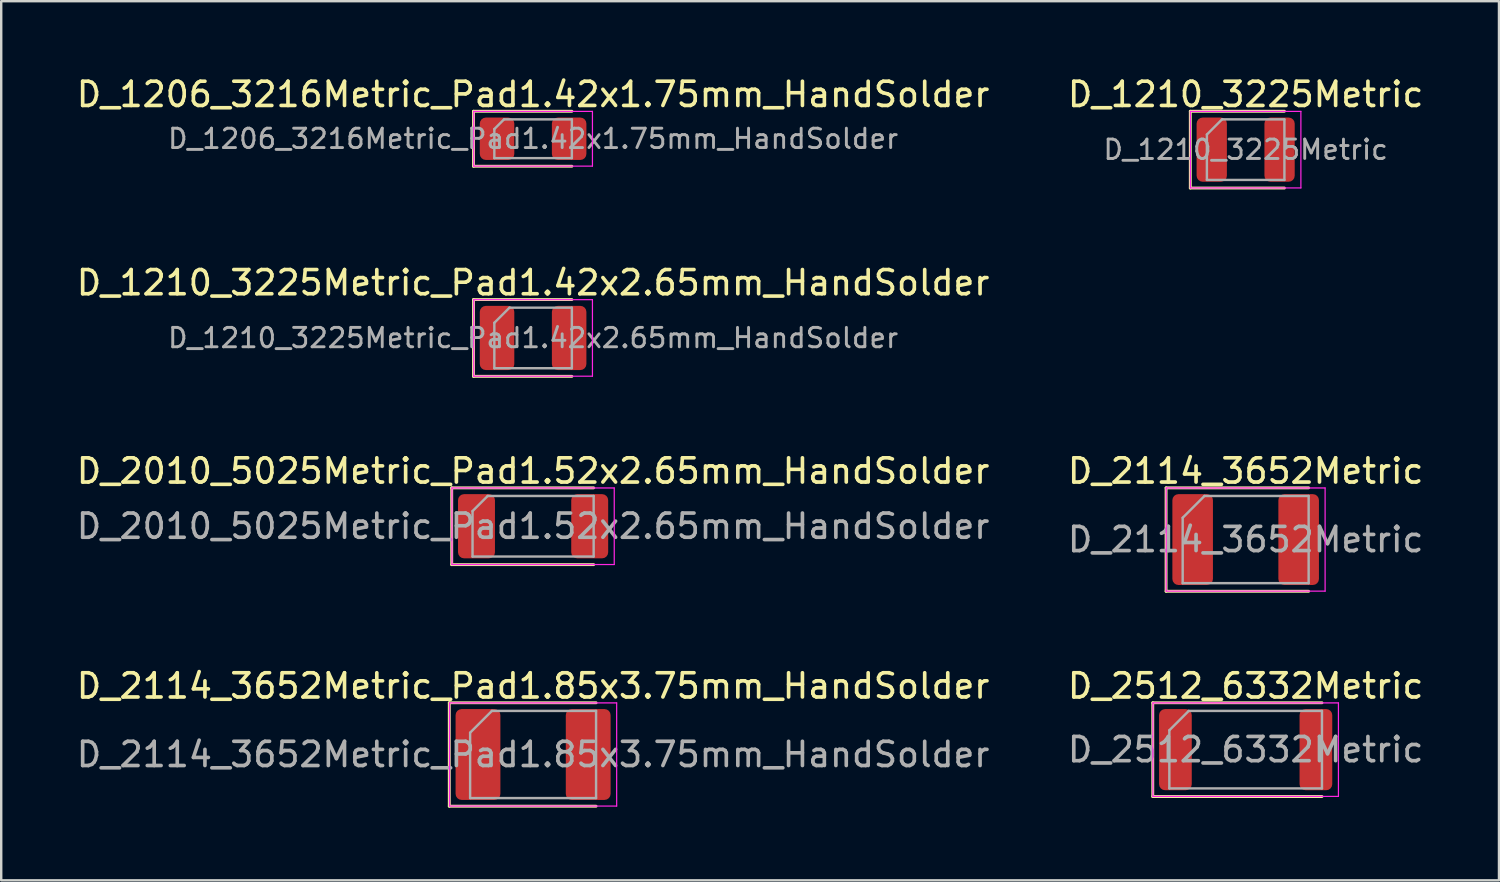
<source format=kicad_pcb>
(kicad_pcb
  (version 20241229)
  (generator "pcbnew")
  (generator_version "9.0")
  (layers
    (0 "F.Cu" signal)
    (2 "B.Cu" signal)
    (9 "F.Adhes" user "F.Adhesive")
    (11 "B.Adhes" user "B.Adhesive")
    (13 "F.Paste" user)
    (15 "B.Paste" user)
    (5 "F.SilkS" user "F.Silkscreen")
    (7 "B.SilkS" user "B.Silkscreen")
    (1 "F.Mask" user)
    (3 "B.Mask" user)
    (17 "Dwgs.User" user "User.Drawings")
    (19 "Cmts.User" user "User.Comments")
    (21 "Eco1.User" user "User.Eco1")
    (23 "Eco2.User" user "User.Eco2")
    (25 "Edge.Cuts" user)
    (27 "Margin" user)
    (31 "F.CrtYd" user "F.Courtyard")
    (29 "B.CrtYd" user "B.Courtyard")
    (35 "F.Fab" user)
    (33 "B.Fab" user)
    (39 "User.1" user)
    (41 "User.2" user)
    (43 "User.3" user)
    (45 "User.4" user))
  (footprint "D_2114_3652Metric_Pad1.85x3.75mm_HandSolder"
    (layer "F.Cu")
    (at 18.958 28.098)
    (property "Reference" "D_2114_3652Metric_Pad1.85x3.75mm_HandSolder" (at 0 -2.83 0) (layer "F.SilkS") (effects (font (size 1 1) (thickness 0.15))))
    (attr smd)
    (fp_line (start -3.46 -2.135) (end -3.46 2.135) (stroke (width 0.12) (type solid)) (layer "F.SilkS"))
    (fp_line (start -3.46 2.135) (end 2.6 2.135) (stroke (width 0.12) (type solid)) (layer "F.SilkS"))
    (fp_line (start 2.6 -2.135) (end -3.46 -2.135) (stroke (width 0.12) (type solid)) (layer "F.SilkS"))
    (fp_line (start -3.45 -2.13) (end 3.45 -2.13) (stroke (width 0.05) (type solid)) (layer "F.CrtYd"))
    (fp_line (start -3.45 2.13) (end -3.45 -2.13) (stroke (width 0.05) (type solid)) (layer "F.CrtYd"))
    (fp_line (start 3.45 -2.13) (end 3.45 2.13) (stroke (width 0.05) (type solid)) (layer "F.CrtYd"))
    (fp_line (start 3.45 2.13) (end -3.45 2.13) (stroke (width 0.05) (type solid)) (layer "F.CrtYd"))
    (fp_line (start -2.6 -0.9) (end -2.6 1.8) (stroke (width 0.1) (type solid)) (layer "F.Fab"))
    (fp_line (start -2.6 1.8) (end 2.6 1.8) (stroke (width 0.1) (type solid)) (layer "F.Fab"))
    (fp_line (start -1.7 -1.8) (end -2.6 -0.9) (stroke (width 0.1) (type solid)) (layer "F.Fab"))
    (fp_line (start 2.6 -1.8) (end -1.7 -1.8) (stroke (width 0.1) (type solid)) (layer "F.Fab"))
    (fp_line (start 2.6 1.8) (end 2.6 -1.8) (stroke (width 0.1) (type solid)) (layer "F.Fab"))
    (fp_text user "${REFERENCE}" (at 0 0 0) (layer "F.Fab") (effects (font (size 1 1) (thickness 0.15))))
    (pad "1" smd roundrect (at -2.275 0) (size 1.85 3.75) (layers "F.Cu" "F.Mask" "F.Paste") (roundrect_rratio 0.135))
    (pad "2" smd roundrect (at 2.275 0) (size 1.85 3.75) (layers "F.Cu" "F.Mask" "F.Paste") (roundrect_rratio 0.135)))
  (footprint "D_1210_3225Metric_Pad1.42x2.65mm_HandSolder"
    (layer "F.Cu")
    (at 18.958 10.902)
    (property "Reference" "D_1210_3225Metric_Pad1.42x2.65mm_HandSolder" (at 0 -2.28 0) (layer "F.SilkS") (effects (font (size 1 1) (thickness 0.15))))
    (attr smd)
    (fp_line (start -2.46 -1.585) (end -2.46 1.585) (stroke (width 0.12) (type solid)) (layer "F.SilkS"))
    (fp_line (start -2.46 1.585) (end 1.6 1.585) (stroke (width 0.12) (type solid)) (layer "F.SilkS"))
    (fp_line (start 1.6 -1.585) (end -2.46 -1.585) (stroke (width 0.12) (type solid)) (layer "F.SilkS"))
    (fp_line (start -2.45 -1.58) (end 2.45 -1.58) (stroke (width 0.05) (type solid)) (layer "F.CrtYd"))
    (fp_line (start -2.45 1.58) (end -2.45 -1.58) (stroke (width 0.05) (type solid)) (layer "F.CrtYd"))
    (fp_line (start 2.45 -1.58) (end 2.45 1.58) (stroke (width 0.05) (type solid)) (layer "F.CrtYd"))
    (fp_line (start 2.45 1.58) (end -2.45 1.58) (stroke (width 0.05) (type solid)) (layer "F.CrtYd"))
    (fp_line (start -1.6 -0.625) (end -1.6 1.25) (stroke (width 0.1) (type solid)) (layer "F.Fab"))
    (fp_line (start -1.6 1.25) (end 1.6 1.25) (stroke (width 0.1) (type solid)) (layer "F.Fab"))
    (fp_line (start -0.975 -1.25) (end -1.6 -0.625) (stroke (width 0.1) (type solid)) (layer "F.Fab"))
    (fp_line (start 1.6 -1.25) (end -0.975 -1.25) (stroke (width 0.1) (type solid)) (layer "F.Fab"))
    (fp_line (start 1.6 1.25) (end 1.6 -1.25) (stroke (width 0.1) (type solid)) (layer "F.Fab"))
    (fp_text user "${REFERENCE}" (at 0 0 0) (layer "F.Fab") (effects (font (size 0.8 0.8) (thickness 0.12))))
    (pad "1" smd roundrect (at -1.488 0) (size 1.425 2.65) (layers "F.Cu" "F.Mask" "F.Paste") (roundrect_rratio 0.175))
    (pad "2" smd roundrect (at 1.488 0) (size 1.425 2.65) (layers "F.Cu" "F.Mask" "F.Paste") (roundrect_rratio 0.175)))
  (footprint "D_2114_3652Metric"
    (layer "F.Cu")
    (at 48.375 19.225)
    (property "Reference" "D_2114_3652Metric" (at 0 -2.83 0) (layer "F.SilkS") (effects (font (size 1 1) (thickness 0.15))))
    (attr smd)
    (fp_line (start -3.285 -2.135) (end -3.285 2.135) (stroke (width 0.12) (type solid)) (layer "F.SilkS"))
    (fp_line (start -3.285 2.135) (end 2.6 2.135) (stroke (width 0.12) (type solid)) (layer "F.SilkS"))
    (fp_line (start 2.6 -2.135) (end -3.285 -2.135) (stroke (width 0.12) (type solid)) (layer "F.SilkS"))
    (fp_line (start -3.28 -2.13) (end 3.28 -2.13) (stroke (width 0.05) (type solid)) (layer "F.CrtYd"))
    (fp_line (start -3.28 2.13) (end -3.28 -2.13) (stroke (width 0.05) (type solid)) (layer "F.CrtYd"))
    (fp_line (start 3.28 -2.13) (end 3.28 2.13) (stroke (width 0.05) (type solid)) (layer "F.CrtYd"))
    (fp_line (start 3.28 2.13) (end -3.28 2.13) (stroke (width 0.05) (type solid)) (layer "F.CrtYd"))
    (fp_line (start -2.6 -0.9) (end -2.6 1.8) (stroke (width 0.1) (type solid)) (layer "F.Fab"))
    (fp_line (start -2.6 1.8) (end 2.6 1.8) (stroke (width 0.1) (type solid)) (layer "F.Fab"))
    (fp_line (start -1.7 -1.8) (end -2.6 -0.9) (stroke (width 0.1) (type solid)) (layer "F.Fab"))
    (fp_line (start 2.6 -1.8) (end -1.7 -1.8) (stroke (width 0.1) (type solid)) (layer "F.Fab"))
    (fp_line (start 2.6 1.8) (end 2.6 -1.8) (stroke (width 0.1) (type solid)) (layer "F.Fab"))
    (fp_text user "${REFERENCE}" (at 0 0 0) (layer "F.Fab") (effects (font (size 1 1) (thickness 0.15))))
    (pad "1" smd roundrect (at -2.188 0) (size 1.675 3.75) (layers "F.Cu" "F.Mask" "F.Paste") (roundrect_rratio 0.149))
    (pad "2" smd roundrect (at 2.188 0) (size 1.675 3.75) (layers "F.Cu" "F.Mask" "F.Paste") (roundrect_rratio 0.149)))
  (footprint "D_1210_3225Metric"
    (layer "F.Cu")
    (at 48.375 3.128)
    (property "Reference" "D_1210_3225Metric" (at 0 -2.28 0) (layer "F.SilkS") (effects (font (size 1 1) (thickness 0.15))))
    (attr smd)
    (fp_line (start -2.285 -1.585) (end -2.285 1.585) (stroke (width 0.12) (type solid)) (layer "F.SilkS"))
    (fp_line (start -2.285 1.585) (end 1.6 1.585) (stroke (width 0.12) (type solid)) (layer "F.SilkS"))
    (fp_line (start 1.6 -1.585) (end -2.285 -1.585) (stroke (width 0.12) (type solid)) (layer "F.SilkS"))
    (fp_line (start -2.28 -1.58) (end 2.28 -1.58) (stroke (width 0.05) (type solid)) (layer "F.CrtYd"))
    (fp_line (start -2.28 1.58) (end -2.28 -1.58) (stroke (width 0.05) (type solid)) (layer "F.CrtYd"))
    (fp_line (start 2.28 -1.58) (end 2.28 1.58) (stroke (width 0.05) (type solid)) (layer "F.CrtYd"))
    (fp_line (start 2.28 1.58) (end -2.28 1.58) (stroke (width 0.05) (type solid)) (layer "F.CrtYd"))
    (fp_line (start -1.6 -0.625) (end -1.6 1.25) (stroke (width 0.1) (type solid)) (layer "F.Fab"))
    (fp_line (start -1.6 1.25) (end 1.6 1.25) (stroke (width 0.1) (type solid)) (layer "F.Fab"))
    (fp_line (start -0.975 -1.25) (end -1.6 -0.625) (stroke (width 0.1) (type solid)) (layer "F.Fab"))
    (fp_line (start 1.6 -1.25) (end -0.975 -1.25) (stroke (width 0.1) (type solid)) (layer "F.Fab"))
    (fp_line (start 1.6 1.25) (end 1.6 -1.25) (stroke (width 0.1) (type solid)) (layer "F.Fab"))
    (fp_text user "${REFERENCE}" (at 0 0 0) (layer "F.Fab") (effects (font (size 0.8 0.8) (thickness 0.12))))
    (pad "1" smd roundrect (at -1.4 0) (size 1.25 2.65) (layers "F.Cu" "F.Mask" "F.Paste") (roundrect_rratio 0.2))
    (pad "2" smd roundrect (at 1.4 0) (size 1.25 2.65) (layers "F.Cu" "F.Mask" "F.Paste") (roundrect_rratio 0.2)))
  (footprint "D_2512_6332Metric"
    (layer "F.Cu")
    (at 48.375 27.898)
    (property "Reference" "D_2512_6332Metric" (at 0 -2.63 0) (layer "F.SilkS") (effects (font (size 1 1) (thickness 0.15))))
    (attr smd)
    (fp_line (start -3.835 -1.935) (end -3.835 1.935) (stroke (width 0.12) (type solid)) (layer "F.SilkS"))
    (fp_line (start -3.835 1.935) (end 3.15 1.935) (stroke (width 0.12) (type solid)) (layer "F.SilkS"))
    (fp_line (start 3.15 -1.935) (end -3.835 -1.935) (stroke (width 0.12) (type solid)) (layer "F.SilkS"))
    (fp_line (start -3.83 -1.93) (end 3.83 -1.93) (stroke (width 0.05) (type solid)) (layer "F.CrtYd"))
    (fp_line (start -3.83 1.93) (end -3.83 -1.93) (stroke (width 0.05) (type solid)) (layer "F.CrtYd"))
    (fp_line (start 3.83 -1.93) (end 3.83 1.93) (stroke (width 0.05) (type solid)) (layer "F.CrtYd"))
    (fp_line (start 3.83 1.93) (end -3.83 1.93) (stroke (width 0.05) (type solid)) (layer "F.CrtYd"))
    (fp_line (start -3.15 -0.8) (end -3.15 1.6) (stroke (width 0.1) (type solid)) (layer "F.Fab"))
    (fp_line (start -3.15 1.6) (end 3.15 1.6) (stroke (width 0.1) (type solid)) (layer "F.Fab"))
    (fp_line (start -2.35 -1.6) (end -3.15 -0.8) (stroke (width 0.1) (type solid)) (layer "F.Fab"))
    (fp_line (start 3.15 -1.6) (end -2.35 -1.6) (stroke (width 0.1) (type solid)) (layer "F.Fab"))
    (fp_line (start 3.15 1.6) (end 3.15 -1.6) (stroke (width 0.1) (type solid)) (layer "F.Fab"))
    (fp_text user "${REFERENCE}" (at 0 0 0) (layer "F.Fab") (effects (font (size 1 1) (thickness 0.15))))
    (pad "1" smd roundrect (at -2.9 0) (size 1.35 3.35) (layers "F.Cu" "F.Mask" "F.Paste") (roundrect_rratio 0.185))
    (pad "2" smd roundrect (at 2.9 0) (size 1.35 3.35) (layers "F.Cu" "F.Mask" "F.Paste") (roundrect_rratio 0.185)))
  (footprint "D_2010_5025Metric_Pad1.52x2.65mm_HandSolder"
    (layer "F.Cu")
    (at 18.958 18.675)
    (property "Reference" "D_2010_5025Metric_Pad1.52x2.65mm_HandSolder" (at 0 -2.28 0) (layer "F.SilkS") (effects (font (size 1 1) (thickness 0.15))))
    (attr smd)
    (fp_line (start -3.36 -1.585) (end -3.36 1.585) (stroke (width 0.12) (type solid)) (layer "F.SilkS"))
    (fp_line (start -3.36 1.585) (end 2.5 1.585) (stroke (width 0.12) (type solid)) (layer "F.SilkS"))
    (fp_line (start 2.5 -1.585) (end -3.36 -1.585) (stroke (width 0.12) (type solid)) (layer "F.SilkS"))
    (fp_line (start -3.35 -1.58) (end 3.35 -1.58) (stroke (width 0.05) (type solid)) (layer "F.CrtYd"))
    (fp_line (start -3.35 1.58) (end -3.35 -1.58) (stroke (width 0.05) (type solid)) (layer "F.CrtYd"))
    (fp_line (start 3.35 -1.58) (end 3.35 1.58) (stroke (width 0.05) (type solid)) (layer "F.CrtYd"))
    (fp_line (start 3.35 1.58) (end -3.35 1.58) (stroke (width 0.05) (type solid)) (layer "F.CrtYd"))
    (fp_line (start -2.5 -0.625) (end -2.5 1.25) (stroke (width 0.1) (type solid)) (layer "F.Fab"))
    (fp_line (start -2.5 1.25) (end 2.5 1.25) (stroke (width 0.1) (type solid)) (layer "F.Fab"))
    (fp_line (start -1.875 -1.25) (end -2.5 -0.625) (stroke (width 0.1) (type solid)) (layer "F.Fab"))
    (fp_line (start 2.5 -1.25) (end -1.875 -1.25) (stroke (width 0.1) (type solid)) (layer "F.Fab"))
    (fp_line (start 2.5 1.25) (end 2.5 -1.25) (stroke (width 0.1) (type solid)) (layer "F.Fab"))
    (fp_text user "${REFERENCE}" (at 0 0 0) (layer "F.Fab") (effects (font (size 1 1) (thickness 0.15))))
    (pad "1" smd roundrect (at -2.337 0) (size 1.525 2.65) (layers "F.Cu" "F.Mask" "F.Paste") (roundrect_rratio 0.164))
    (pad "2" smd roundrect (at 2.337 0) (size 1.525 2.65) (layers "F.Cu" "F.Mask" "F.Paste") (roundrect_rratio 0.164)))
  (footprint "D_1206_3216Metric_Pad1.42x1.75mm_HandSolder"
    (layer "F.Cu")
    (at 18.958 2.678)
    (property "Reference" "D_1206_3216Metric_Pad1.42x1.75mm_HandSolder" (at 0 -1.83 0) (layer "F.SilkS") (effects (font (size 1 1) (thickness 0.15))))
    (attr smd)
    (fp_line (start -2.46 -1.135) (end -2.46 1.135) (stroke (width 0.12) (type solid)) (layer "F.SilkS"))
    (fp_line (start -2.46 1.135) (end 1.6 1.135) (stroke (width 0.12) (type solid)) (layer "F.SilkS"))
    (fp_line (start 1.6 -1.135) (end -2.46 -1.135) (stroke (width 0.12) (type solid)) (layer "F.SilkS"))
    (fp_line (start -2.45 -1.13) (end 2.45 -1.13) (stroke (width 0.05) (type solid)) (layer "F.CrtYd"))
    (fp_line (start -2.45 1.13) (end -2.45 -1.13) (stroke (width 0.05) (type solid)) (layer "F.CrtYd"))
    (fp_line (start 2.45 -1.13) (end 2.45 1.13) (stroke (width 0.05) (type solid)) (layer "F.CrtYd"))
    (fp_line (start 2.45 1.13) (end -2.45 1.13) (stroke (width 0.05) (type solid)) (layer "F.CrtYd"))
    (fp_line (start -1.6 -0.4) (end -1.6 0.8) (stroke (width 0.1) (type solid)) (layer "F.Fab"))
    (fp_line (start -1.6 0.8) (end 1.6 0.8) (stroke (width 0.1) (type solid)) (layer "F.Fab"))
    (fp_line (start -1.2 -0.8) (end -1.6 -0.4) (stroke (width 0.1) (type solid)) (layer "F.Fab"))
    (fp_line (start 1.6 -0.8) (end -1.2 -0.8) (stroke (width 0.1) (type solid)) (layer "F.Fab"))
    (fp_line (start 1.6 0.8) (end 1.6 -0.8) (stroke (width 0.1) (type solid)) (layer "F.Fab"))
    (fp_text user "${REFERENCE}" (at 0 0 0) (layer "F.Fab") (effects (font (size 0.8 0.8) (thickness 0.12))))
    (pad "1" smd roundrect (at -1.488 0) (size 1.425 1.75) (layers "F.Cu" "F.Mask" "F.Paste") (roundrect_rratio 0.175))
    (pad "2" smd roundrect (at 1.488 0) (size 1.425 1.75) (layers "F.Cu" "F.Mask" "F.Paste") (roundrect_rratio 0.175)))
  (gr_rect
    (start -3 -3)
    (end 58.833 33.293)
    (stroke (width 0.1) (type default))
    (fill no)
    (layer "Edge.Cuts")))
</source>
